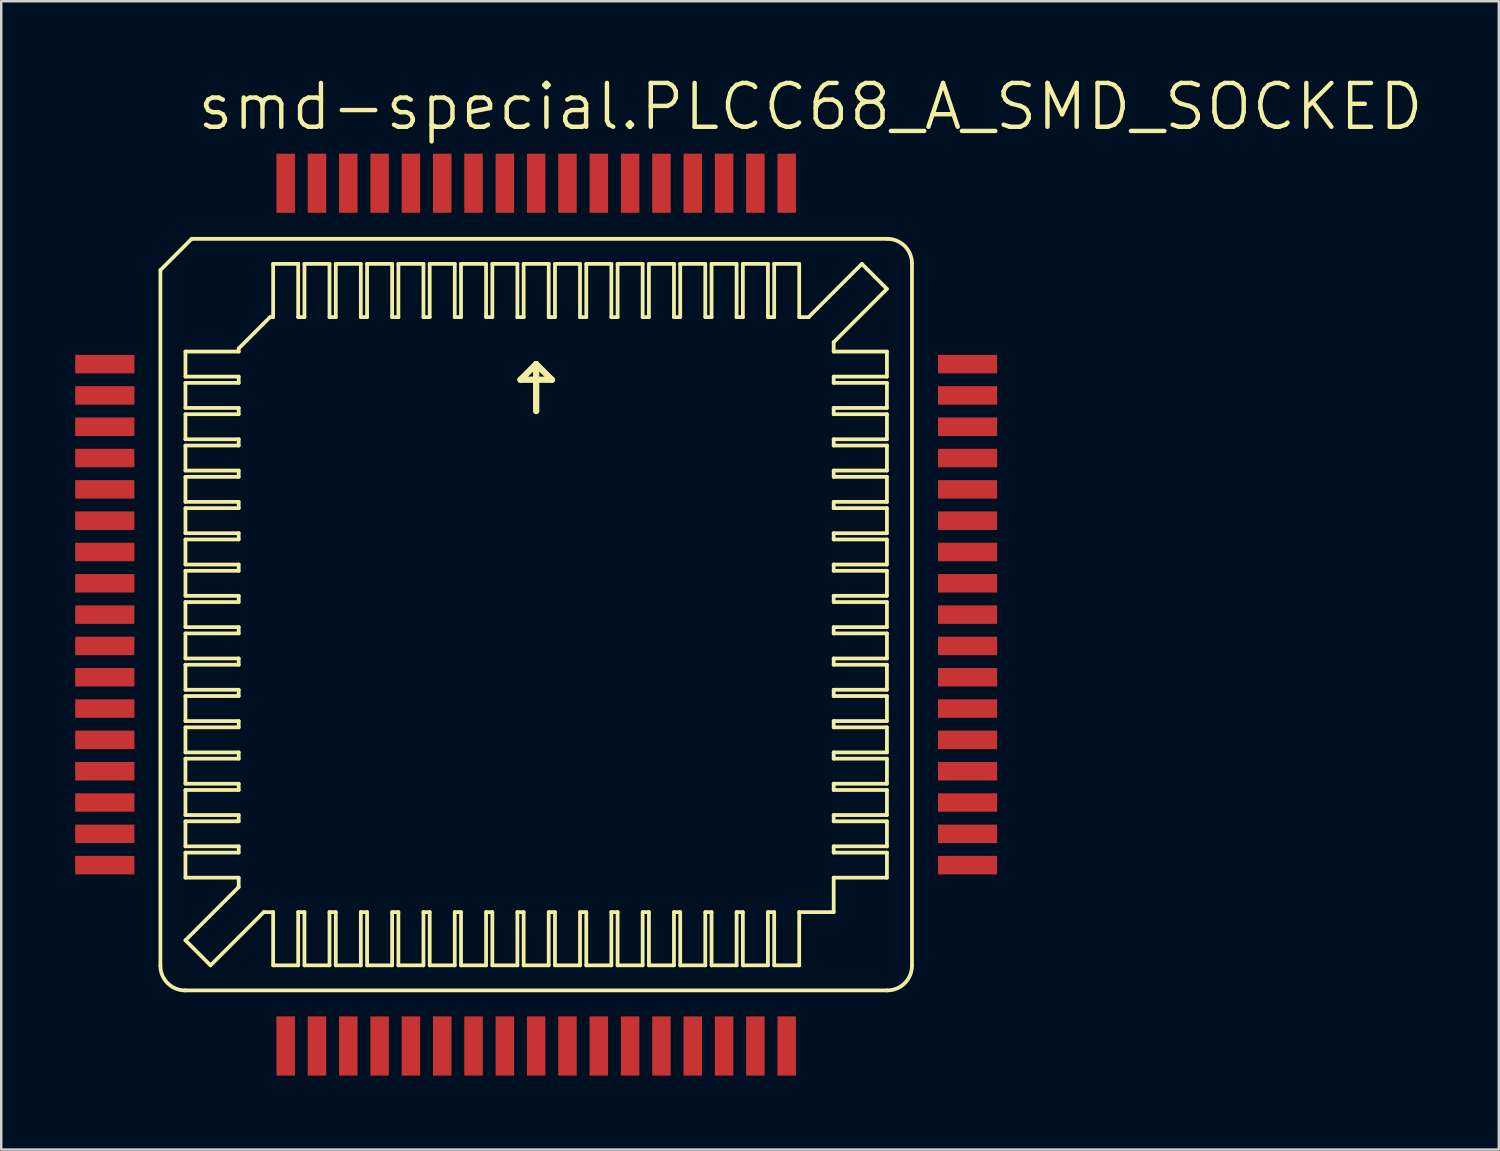
<source format=kicad_pcb>
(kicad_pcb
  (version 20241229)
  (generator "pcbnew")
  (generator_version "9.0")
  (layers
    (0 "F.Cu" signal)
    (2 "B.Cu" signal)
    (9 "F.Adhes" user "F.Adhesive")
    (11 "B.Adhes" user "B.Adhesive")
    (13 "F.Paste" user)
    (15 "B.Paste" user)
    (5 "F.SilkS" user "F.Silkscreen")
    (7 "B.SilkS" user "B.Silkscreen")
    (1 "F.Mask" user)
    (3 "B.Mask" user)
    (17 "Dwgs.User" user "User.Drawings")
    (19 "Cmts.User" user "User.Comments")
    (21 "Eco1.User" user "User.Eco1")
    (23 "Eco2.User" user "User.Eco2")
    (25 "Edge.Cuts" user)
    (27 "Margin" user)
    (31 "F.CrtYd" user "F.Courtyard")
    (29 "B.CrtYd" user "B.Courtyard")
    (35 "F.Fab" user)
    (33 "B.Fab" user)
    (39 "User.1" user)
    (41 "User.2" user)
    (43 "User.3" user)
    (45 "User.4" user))
  (footprint "smd-special.PLCC68_A_SMD_SOCKED"
    (layer "F.Cu")
    (at 18.695 21.876)
    (property "Reference" "smd-special.PLCC68_A_SMD_SOCKED" (at -13.843 -19.558 0) (layer "F.SilkS") (effects (font (size 1.778 1.778) (thickness 0.18)) (justify left bottom)))
    (attr smd)
    (fp_line (start -15.24 14.24) (end -15.24 -13.97) (stroke (width 0.152) (type default)) (layer "F.SilkS"))
    (fp_line (start -14.24 15.24) (end 14.24 15.24) (stroke (width 0.152) (type default)) (layer "F.SilkS"))
    (fp_line (start -14.224 -10.668) (end -14.224 -9.652) (stroke (width 0.152) (type default)) (layer "F.SilkS"))
    (fp_line (start -14.224 -10.668) (end -12.065 -10.668) (stroke (width 0.152) (type default)) (layer "F.SilkS"))
    (fp_line (start -14.224 -9.398) (end -14.224 -8.382) (stroke (width 0.152) (type default)) (layer "F.SilkS"))
    (fp_line (start -14.224 -9.398) (end -12.065 -9.398) (stroke (width 0.152) (type default)) (layer "F.SilkS"))
    (fp_line (start -14.224 -7.112) (end -14.224 -8.128) (stroke (width 0.152) (type default)) (layer "F.SilkS"))
    (fp_line (start -14.224 -7.112) (end -12.065 -7.112) (stroke (width 0.152) (type default)) (layer "F.SilkS"))
    (fp_line (start -14.224 -6.858) (end -14.224 -5.842) (stroke (width 0.152) (type default)) (layer "F.SilkS"))
    (fp_line (start -14.224 -6.858) (end -12.065 -6.858) (stroke (width 0.152) (type default)) (layer "F.SilkS"))
    (fp_line (start -14.224 -5.588) (end -14.224 -4.572) (stroke (width 0.152) (type default)) (layer "F.SilkS"))
    (fp_line (start -14.224 -5.588) (end -12.065 -5.588) (stroke (width 0.152) (type default)) (layer "F.SilkS"))
    (fp_line (start -14.224 -4.318) (end -14.224 -3.302) (stroke (width 0.152) (type default)) (layer "F.SilkS"))
    (fp_line (start -14.224 -4.318) (end -12.065 -4.318) (stroke (width 0.152) (type default)) (layer "F.SilkS"))
    (fp_line (start -14.224 -3.048) (end -14.224 -2.032) (stroke (width 0.152) (type default)) (layer "F.SilkS"))
    (fp_line (start -14.224 -3.048) (end -12.065 -3.048) (stroke (width 0.152) (type default)) (layer "F.SilkS"))
    (fp_line (start -14.224 -0.762) (end -14.224 -1.778) (stroke (width 0.152) (type default)) (layer "F.SilkS"))
    (fp_line (start -14.224 -0.762) (end -12.065 -0.762) (stroke (width 0.152) (type default)) (layer "F.SilkS"))
    (fp_line (start -14.224 0.508) (end -14.224 -0.508) (stroke (width 0.152) (type default)) (layer "F.SilkS"))
    (fp_line (start -14.224 0.508) (end -12.065 0.508) (stroke (width 0.152) (type default)) (layer "F.SilkS"))
    (fp_line (start -14.224 1.778) (end -14.224 0.762) (stroke (width 0.152) (type default)) (layer "F.SilkS"))
    (fp_line (start -14.224 1.778) (end -12.065 1.778) (stroke (width 0.152) (type default)) (layer "F.SilkS"))
    (fp_line (start -14.224 3.048) (end -14.224 2.032) (stroke (width 0.152) (type default)) (layer "F.SilkS"))
    (fp_line (start -14.224 3.048) (end -12.065 3.048) (stroke (width 0.152) (type default)) (layer "F.SilkS"))
    (fp_line (start -14.224 4.318) (end -14.224 3.302) (stroke (width 0.152) (type default)) (layer "F.SilkS"))
    (fp_line (start -14.224 4.318) (end -12.065 4.318) (stroke (width 0.152) (type default)) (layer "F.SilkS"))
    (fp_line (start -14.224 5.588) (end -14.224 4.572) (stroke (width 0.152) (type default)) (layer "F.SilkS"))
    (fp_line (start -14.224 5.588) (end -12.065 5.588) (stroke (width 0.152) (type default)) (layer "F.SilkS"))
    (fp_line (start -14.224 5.842) (end -14.224 6.858) (stroke (width 0.152) (type default)) (layer "F.SilkS"))
    (fp_line (start -14.224 5.842) (end -12.065 5.842) (stroke (width 0.152) (type default)) (layer "F.SilkS"))
    (fp_line (start -14.224 7.112) (end -14.224 8.128) (stroke (width 0.152) (type default)) (layer "F.SilkS"))
    (fp_line (start -14.224 7.112) (end -12.065 7.112) (stroke (width 0.152) (type default)) (layer "F.SilkS"))
    (fp_line (start -14.224 8.382) (end -14.224 9.398) (stroke (width 0.152) (type default)) (layer "F.SilkS"))
    (fp_line (start -14.224 8.382) (end -12.065 8.382) (stroke (width 0.152) (type default)) (layer "F.SilkS"))
    (fp_line (start -14.224 9.652) (end -12.065 9.652) (stroke (width 0.152) (type default)) (layer "F.SilkS"))
    (fp_line (start -14.224 10.668) (end -14.224 9.652) (stroke (width 0.152) (type default)) (layer "F.SilkS"))
    (fp_line (start -14.224 10.668) (end -12.065 10.668) (stroke (width 0.152) (type default)) (layer "F.SilkS"))
    (fp_line (start -14.224 13.208) (end -12.065 11.049) (stroke (width 0.152) (type default)) (layer "F.SilkS"))
    (fp_line (start -13.97 -15.24) (end -15.24 -13.97) (stroke (width 0.152) (type default)) (layer "F.SilkS"))
    (fp_line (start -13.208 14.224) (end -14.224 13.208) (stroke (width 0.152) (type default)) (layer "F.SilkS"))
    (fp_line (start -13.208 14.224) (end -11.049 12.065) (stroke (width 0.152) (type default)) (layer "F.SilkS"))
    (fp_line (start -12.065 -10.795) (end -10.795 -12.065) (stroke (width 0.152) (type default)) (layer "F.SilkS"))
    (fp_line (start -12.065 -10.668) (end -12.065 -10.795) (stroke (width 0.152) (type default)) (layer "F.SilkS"))
    (fp_line (start -12.065 -9.652) (end -14.224 -9.652) (stroke (width 0.152) (type default)) (layer "F.SilkS"))
    (fp_line (start -12.065 -9.652) (end -12.065 -9.398) (stroke (width 0.152) (type default)) (layer "F.SilkS"))
    (fp_line (start -12.065 -8.382) (end -14.224 -8.382) (stroke (width 0.152) (type default)) (layer "F.SilkS"))
    (fp_line (start -12.065 -8.128) (end -14.224 -8.128) (stroke (width 0.152) (type default)) (layer "F.SilkS"))
    (fp_line (start -12.065 -8.128) (end -12.065 -8.382) (stroke (width 0.152) (type default)) (layer "F.SilkS"))
    (fp_line (start -12.065 -6.858) (end -12.065 -7.112) (stroke (width 0.152) (type default)) (layer "F.SilkS"))
    (fp_line (start -12.065 -5.842) (end -14.224 -5.842) (stroke (width 0.152) (type default)) (layer "F.SilkS"))
    (fp_line (start -12.065 -5.842) (end -12.065 -5.588) (stroke (width 0.152) (type default)) (layer "F.SilkS"))
    (fp_line (start -12.065 -4.572) (end -14.224 -4.572) (stroke (width 0.152) (type default)) (layer "F.SilkS"))
    (fp_line (start -12.065 -4.572) (end -12.065 -4.318) (stroke (width 0.152) (type default)) (layer "F.SilkS"))
    (fp_line (start -12.065 -3.302) (end -14.224 -3.302) (stroke (width 0.152) (type default)) (layer "F.SilkS"))
    (fp_line (start -12.065 -3.302) (end -12.065 -3.048) (stroke (width 0.152) (type default)) (layer "F.SilkS"))
    (fp_line (start -12.065 -2.032) (end -14.224 -2.032) (stroke (width 0.152) (type default)) (layer "F.SilkS"))
    (fp_line (start -12.065 -2.032) (end -12.065 -1.778) (stroke (width 0.152) (type default)) (layer "F.SilkS"))
    (fp_line (start -12.065 -1.778) (end -14.224 -1.778) (stroke (width 0.152) (type default)) (layer "F.SilkS"))
    (fp_line (start -12.065 -0.508) (end -14.224 -0.508) (stroke (width 0.152) (type default)) (layer "F.SilkS"))
    (fp_line (start -12.065 -0.508) (end -12.065 -0.762) (stroke (width 0.152) (type default)) (layer "F.SilkS"))
    (fp_line (start -12.065 0.762) (end -14.224 0.762) (stroke (width 0.152) (type default)) (layer "F.SilkS"))
    (fp_line (start -12.065 0.762) (end -12.065 0.508) (stroke (width 0.152) (type default)) (layer "F.SilkS"))
    (fp_line (start -12.065 2.032) (end -14.224 2.032) (stroke (width 0.152) (type default)) (layer "F.SilkS"))
    (fp_line (start -12.065 2.032) (end -12.065 1.778) (stroke (width 0.152) (type default)) (layer "F.SilkS"))
    (fp_line (start -12.065 3.302) (end -14.224 3.302) (stroke (width 0.152) (type default)) (layer "F.SilkS"))
    (fp_line (start -12.065 3.302) (end -12.065 3.048) (stroke (width 0.152) (type default)) (layer "F.SilkS"))
    (fp_line (start -12.065 4.572) (end -14.224 4.572) (stroke (width 0.152) (type default)) (layer "F.SilkS"))
    (fp_line (start -12.065 4.572) (end -12.065 4.318) (stroke (width 0.152) (type default)) (layer "F.SilkS"))
    (fp_line (start -12.065 5.588) (end -12.065 5.842) (stroke (width 0.152) (type default)) (layer "F.SilkS"))
    (fp_line (start -12.065 6.858) (end -14.224 6.858) (stroke (width 0.152) (type default)) (layer "F.SilkS"))
    (fp_line (start -12.065 6.858) (end -12.065 7.112) (stroke (width 0.152) (type default)) (layer "F.SilkS"))
    (fp_line (start -12.065 8.128) (end -14.224 8.128) (stroke (width 0.152) (type default)) (layer "F.SilkS"))
    (fp_line (start -12.065 8.128) (end -12.065 8.382) (stroke (width 0.152) (type default)) (layer "F.SilkS"))
    (fp_line (start -12.065 9.398) (end -14.224 9.398) (stroke (width 0.152) (type default)) (layer "F.SilkS"))
    (fp_line (start -12.065 9.398) (end -12.065 9.652) (stroke (width 0.152) (type default)) (layer "F.SilkS"))
    (fp_line (start -12.065 11.049) (end -12.065 10.668) (stroke (width 0.152) (type default)) (layer "F.SilkS"))
    (fp_line (start -11.049 12.065) (end -10.668 12.065) (stroke (width 0.152) (type default)) (layer "F.SilkS"))
    (fp_line (start -10.795 -12.065) (end -10.668 -12.065) (stroke (width 0.152) (type default)) (layer "F.SilkS"))
    (fp_line (start -10.668 -12.065) (end -10.668 -14.224) (stroke (width 0.152) (type default)) (layer "F.SilkS"))
    (fp_line (start -10.668 14.224) (end -10.668 12.065) (stroke (width 0.152) (type default)) (layer "F.SilkS"))
    (fp_line (start -10.668 14.224) (end -9.652 14.224) (stroke (width 0.152) (type default)) (layer "F.SilkS"))
    (fp_line (start -9.652 -14.224) (end -10.668 -14.224) (stroke (width 0.152) (type default)) (layer "F.SilkS"))
    (fp_line (start -9.652 -14.224) (end -9.652 -12.065) (stroke (width 0.152) (type default)) (layer "F.SilkS"))
    (fp_line (start -9.652 12.065) (end -9.652 14.224) (stroke (width 0.152) (type default)) (layer "F.SilkS"))
    (fp_line (start -9.652 12.065) (end -9.398 12.065) (stroke (width 0.152) (type default)) (layer "F.SilkS"))
    (fp_line (start -9.398 -12.065) (end -9.652 -12.065) (stroke (width 0.152) (type default)) (layer "F.SilkS"))
    (fp_line (start -9.398 -12.065) (end -9.398 -14.224) (stroke (width 0.152) (type default)) (layer "F.SilkS"))
    (fp_line (start -9.398 14.224) (end -9.398 12.065) (stroke (width 0.152) (type default)) (layer "F.SilkS"))
    (fp_line (start -9.398 14.224) (end -8.382 14.224) (stroke (width 0.152) (type default)) (layer "F.SilkS"))
    (fp_line (start -8.382 -14.224) (end -9.398 -14.224) (stroke (width 0.152) (type default)) (layer "F.SilkS"))
    (fp_line (start -8.382 -14.224) (end -8.382 -12.065) (stroke (width 0.152) (type default)) (layer "F.SilkS"))
    (fp_line (start -8.382 12.065) (end -8.382 14.224) (stroke (width 0.152) (type default)) (layer "F.SilkS"))
    (fp_line (start -8.128 -12.065) (end -8.382 -12.065) (stroke (width 0.152) (type default)) (layer "F.SilkS"))
    (fp_line (start -8.128 -12.065) (end -8.128 -14.224) (stroke (width 0.152) (type default)) (layer "F.SilkS"))
    (fp_line (start -8.128 12.065) (end -8.382 12.065) (stroke (width 0.152) (type default)) (layer "F.SilkS"))
    (fp_line (start -8.128 12.065) (end -8.128 14.224) (stroke (width 0.152) (type default)) (layer "F.SilkS"))
    (fp_line (start -7.112 -14.224) (end -8.128 -14.224) (stroke (width 0.152) (type default)) (layer "F.SilkS"))
    (fp_line (start -7.112 -14.224) (end -7.112 -12.065) (stroke (width 0.152) (type default)) (layer "F.SilkS"))
    (fp_line (start -7.112 14.224) (end -8.128 14.224) (stroke (width 0.152) (type default)) (layer "F.SilkS"))
    (fp_line (start -7.112 14.224) (end -7.112 12.065) (stroke (width 0.152) (type default)) (layer "F.SilkS"))
    (fp_line (start -6.858 -12.065) (end -7.112 -12.065) (stroke (width 0.152) (type default)) (layer "F.SilkS"))
    (fp_line (start -6.858 -12.065) (end -6.858 -14.224) (stroke (width 0.152) (type default)) (layer "F.SilkS"))
    (fp_line (start -6.858 12.065) (end -7.112 12.065) (stroke (width 0.152) (type default)) (layer "F.SilkS"))
    (fp_line (start -6.858 14.224) (end -6.858 12.065) (stroke (width 0.152) (type default)) (layer "F.SilkS"))
    (fp_line (start -6.858 14.224) (end -5.842 14.224) (stroke (width 0.152) (type default)) (layer "F.SilkS"))
    (fp_line (start -5.842 -14.224) (end -6.858 -14.224) (stroke (width 0.152) (type default)) (layer "F.SilkS"))
    (fp_line (start -5.842 -14.224) (end -5.842 -12.065) (stroke (width 0.152) (type default)) (layer "F.SilkS"))
    (fp_line (start -5.842 12.065) (end -5.842 14.224) (stroke (width 0.152) (type default)) (layer "F.SilkS"))
    (fp_line (start -5.842 12.065) (end -5.588 12.065) (stroke (width 0.152) (type default)) (layer "F.SilkS"))
    (fp_line (start -5.588 -12.065) (end -5.842 -12.065) (stroke (width 0.152) (type default)) (layer "F.SilkS"))
    (fp_line (start -5.588 -12.065) (end -5.588 -14.224) (stroke (width 0.152) (type default)) (layer "F.SilkS"))
    (fp_line (start -5.588 14.224) (end -5.588 12.065) (stroke (width 0.152) (type default)) (layer "F.SilkS"))
    (fp_line (start -5.588 14.224) (end -4.572 14.224) (stroke (width 0.152) (type default)) (layer "F.SilkS"))
    (fp_line (start -4.572 -14.224) (end -5.588 -14.224) (stroke (width 0.152) (type default)) (layer "F.SilkS"))
    (fp_line (start -4.572 -14.224) (end -4.572 -12.065) (stroke (width 0.152) (type default)) (layer "F.SilkS"))
    (fp_line (start -4.572 12.065) (end -4.572 14.224) (stroke (width 0.152) (type default)) (layer "F.SilkS"))
    (fp_line (start -4.572 12.065) (end -4.318 12.065) (stroke (width 0.152) (type default)) (layer "F.SilkS"))
    (fp_line (start -4.318 -12.065) (end -4.572 -12.065) (stroke (width 0.152) (type default)) (layer "F.SilkS"))
    (fp_line (start -4.318 -12.065) (end -4.318 -14.224) (stroke (width 0.152) (type default)) (layer "F.SilkS"))
    (fp_line (start -4.318 14.224) (end -4.318 12.065) (stroke (width 0.152) (type default)) (layer "F.SilkS"))
    (fp_line (start -4.318 14.224) (end -3.302 14.224) (stroke (width 0.152) (type default)) (layer "F.SilkS"))
    (fp_line (start -3.302 -14.224) (end -4.318 -14.224) (stroke (width 0.152) (type default)) (layer "F.SilkS"))
    (fp_line (start -3.302 -14.224) (end -3.302 -12.065) (stroke (width 0.152) (type default)) (layer "F.SilkS"))
    (fp_line (start -3.302 12.065) (end -3.302 14.224) (stroke (width 0.152) (type default)) (layer "F.SilkS"))
    (fp_line (start -3.302 12.065) (end -3.048 12.065) (stroke (width 0.152) (type default)) (layer "F.SilkS"))
    (fp_line (start -3.048 -12.065) (end -3.302 -12.065) (stroke (width 0.152) (type default)) (layer "F.SilkS"))
    (fp_line (start -3.048 -12.065) (end -3.048 -14.224) (stroke (width 0.152) (type default)) (layer "F.SilkS"))
    (fp_line (start -3.048 14.224) (end -3.048 12.065) (stroke (width 0.152) (type default)) (layer "F.SilkS"))
    (fp_line (start -3.048 14.224) (end -2.032 14.224) (stroke (width 0.152) (type default)) (layer "F.SilkS"))
    (fp_line (start -2.032 -14.224) (end -3.048 -14.224) (stroke (width 0.152) (type default)) (layer "F.SilkS"))
    (fp_line (start -2.032 -14.224) (end -2.032 -12.065) (stroke (width 0.152) (type default)) (layer "F.SilkS"))
    (fp_line (start -2.032 12.065) (end -2.032 14.224) (stroke (width 0.152) (type default)) (layer "F.SilkS"))
    (fp_line (start -2.032 12.065) (end -1.778 12.065) (stroke (width 0.152) (type default)) (layer "F.SilkS"))
    (fp_line (start -1.778 -12.065) (end -2.032 -12.065) (stroke (width 0.152) (type default)) (layer "F.SilkS"))
    (fp_line (start -1.778 -12.065) (end -1.778 -14.224) (stroke (width 0.152) (type default)) (layer "F.SilkS"))
    (fp_line (start -1.778 14.224) (end -1.778 12.065) (stroke (width 0.152) (type default)) (layer "F.SilkS"))
    (fp_line (start -1.778 14.224) (end -0.762 14.224) (stroke (width 0.152) (type default)) (layer "F.SilkS"))
    (fp_line (start -0.762 -14.224) (end -1.778 -14.224) (stroke (width 0.152) (type default)) (layer "F.SilkS"))
    (fp_line (start -0.762 -14.224) (end -0.762 -12.065) (stroke (width 0.152) (type default)) (layer "F.SilkS"))
    (fp_line (start -0.762 12.065) (end -0.762 14.224) (stroke (width 0.152) (type default)) (layer "F.SilkS"))
    (fp_line (start -0.762 12.065) (end -0.508 12.065) (stroke (width 0.152) (type default)) (layer "F.SilkS"))
    (fp_line (start -0.635 -9.525) (end 0 -10.16) (stroke (width 0.254) (type default)) (layer "F.SilkS"))
    (fp_line (start -0.508 -12.065) (end -0.762 -12.065) (stroke (width 0.152) (type default)) (layer "F.SilkS"))
    (fp_line (start -0.508 -12.065) (end -0.508 -14.224) (stroke (width 0.152) (type default)) (layer "F.SilkS"))
    (fp_line (start -0.508 14.224) (end -0.508 12.065) (stroke (width 0.152) (type default)) (layer "F.SilkS"))
    (fp_line (start -0.508 14.224) (end 0.508 14.224) (stroke (width 0.152) (type default)) (layer "F.SilkS"))
    (fp_line (start 0 -10.16) (end 0 -8.255) (stroke (width 0.254) (type default)) (layer "F.SilkS"))
    (fp_line (start 0 -10.16) (end 0.635 -9.525) (stroke (width 0.254) (type default)) (layer "F.SilkS"))
    (fp_line (start 0.508 -14.224) (end -0.508 -14.224) (stroke (width 0.152) (type default)) (layer "F.SilkS"))
    (fp_line (start 0.508 -14.224) (end 0.508 -12.065) (stroke (width 0.152) (type default)) (layer "F.SilkS"))
    (fp_line (start 0.508 12.065) (end 0.508 14.224) (stroke (width 0.152) (type default)) (layer "F.SilkS"))
    (fp_line (start 0.508 12.065) (end 0.762 12.065) (stroke (width 0.152) (type default)) (layer "F.SilkS"))
    (fp_line (start 0.635 -9.525) (end -0.635 -9.525) (stroke (width 0.254) (type default)) (layer "F.SilkS"))
    (fp_line (start 0.762 -12.065) (end 0.508 -12.065) (stroke (width 0.152) (type default)) (layer "F.SilkS"))
    (fp_line (start 0.762 -12.065) (end 0.762 -14.224) (stroke (width 0.152) (type default)) (layer "F.SilkS"))
    (fp_line (start 0.762 14.224) (end 0.762 12.065) (stroke (width 0.152) (type default)) (layer "F.SilkS"))
    (fp_line (start 0.762 14.224) (end 1.778 14.224) (stroke (width 0.152) (type default)) (layer "F.SilkS"))
    (fp_line (start 1.778 -14.224) (end 0.762 -14.224) (stroke (width 0.152) (type default)) (layer "F.SilkS"))
    (fp_line (start 1.778 -14.224) (end 1.778 -12.065) (stroke (width 0.152) (type default)) (layer "F.SilkS"))
    (fp_line (start 1.778 12.065) (end 1.778 14.224) (stroke (width 0.152) (type default)) (layer "F.SilkS"))
    (fp_line (start 1.778 12.065) (end 2.032 12.065) (stroke (width 0.152) (type default)) (layer "F.SilkS"))
    (fp_line (start 2.032 -12.065) (end 1.778 -12.065) (stroke (width 0.152) (type default)) (layer "F.SilkS"))
    (fp_line (start 2.032 -12.065) (end 2.032 -14.224) (stroke (width 0.152) (type default)) (layer "F.SilkS"))
    (fp_line (start 2.032 14.224) (end 2.032 12.065) (stroke (width 0.152) (type default)) (layer "F.SilkS"))
    (fp_line (start 2.032 14.224) (end 3.048 14.224) (stroke (width 0.152) (type default)) (layer "F.SilkS"))
    (fp_line (start 3.048 -14.224) (end 2.032 -14.224) (stroke (width 0.152) (type default)) (layer "F.SilkS"))
    (fp_line (start 3.048 -14.224) (end 3.048 -12.065) (stroke (width 0.152) (type default)) (layer "F.SilkS"))
    (fp_line (start 3.048 12.065) (end 3.048 14.224) (stroke (width 0.152) (type default)) (layer "F.SilkS"))
    (fp_line (start 3.048 12.065) (end 3.302 12.065) (stroke (width 0.152) (type default)) (layer "F.SilkS"))
    (fp_line (start 3.302 -12.065) (end 3.048 -12.065) (stroke (width 0.152) (type default)) (layer "F.SilkS"))
    (fp_line (start 3.302 -12.065) (end 3.302 -14.224) (stroke (width 0.152) (type default)) (layer "F.SilkS"))
    (fp_line (start 3.302 14.224) (end 3.302 12.065) (stroke (width 0.152) (type default)) (layer "F.SilkS"))
    (fp_line (start 3.302 14.224) (end 4.318 14.224) (stroke (width 0.152) (type default)) (layer "F.SilkS"))
    (fp_line (start 4.318 -14.224) (end 3.302 -14.224) (stroke (width 0.152) (type default)) (layer "F.SilkS"))
    (fp_line (start 4.318 -14.224) (end 4.318 -12.065) (stroke (width 0.152) (type default)) (layer "F.SilkS"))
    (fp_line (start 4.318 12.065) (end 4.318 14.224) (stroke (width 0.152) (type default)) (layer "F.SilkS"))
    (fp_line (start 4.318 12.065) (end 4.572 12.065) (stroke (width 0.152) (type default)) (layer "F.SilkS"))
    (fp_line (start 4.572 -12.065) (end 4.318 -12.065) (stroke (width 0.152) (type default)) (layer "F.SilkS"))
    (fp_line (start 4.572 -12.065) (end 4.572 -14.224) (stroke (width 0.152) (type default)) (layer "F.SilkS"))
    (fp_line (start 4.572 14.224) (end 4.572 12.065) (stroke (width 0.152) (type default)) (layer "F.SilkS"))
    (fp_line (start 4.572 14.224) (end 5.588 14.224) (stroke (width 0.152) (type default)) (layer "F.SilkS"))
    (fp_line (start 5.588 -14.224) (end 4.572 -14.224) (stroke (width 0.152) (type default)) (layer "F.SilkS"))
    (fp_line (start 5.588 -14.224) (end 5.588 -12.065) (stroke (width 0.152) (type default)) (layer "F.SilkS"))
    (fp_line (start 5.588 12.065) (end 5.588 14.224) (stroke (width 0.152) (type default)) (layer "F.SilkS"))
    (fp_line (start 5.588 12.065) (end 5.842 12.065) (stroke (width 0.152) (type default)) (layer "F.SilkS"))
    (fp_line (start 5.842 -12.065) (end 5.588 -12.065) (stroke (width 0.152) (type default)) (layer "F.SilkS"))
    (fp_line (start 5.842 -12.065) (end 5.842 -14.224) (stroke (width 0.152) (type default)) (layer "F.SilkS"))
    (fp_line (start 5.842 14.224) (end 5.842 12.065) (stroke (width 0.152) (type default)) (layer "F.SilkS"))
    (fp_line (start 5.842 14.224) (end 6.858 14.224) (stroke (width 0.152) (type default)) (layer "F.SilkS"))
    (fp_line (start 6.858 -14.224) (end 5.842 -14.224) (stroke (width 0.152) (type default)) (layer "F.SilkS"))
    (fp_line (start 6.858 -14.224) (end 6.858 -12.065) (stroke (width 0.152) (type default)) (layer "F.SilkS"))
    (fp_line (start 6.858 -12.065) (end 7.112 -12.065) (stroke (width 0.152) (type default)) (layer "F.SilkS"))
    (fp_line (start 6.858 12.065) (end 6.858 14.224) (stroke (width 0.152) (type default)) (layer "F.SilkS"))
    (fp_line (start 6.858 12.065) (end 7.112 12.065) (stroke (width 0.152) (type default)) (layer "F.SilkS"))
    (fp_line (start 7.112 -14.224) (end 7.112 -12.065) (stroke (width 0.152) (type default)) (layer "F.SilkS"))
    (fp_line (start 7.112 -14.224) (end 8.128 -14.224) (stroke (width 0.152) (type default)) (layer "F.SilkS"))
    (fp_line (start 7.112 14.224) (end 7.112 12.065) (stroke (width 0.152) (type default)) (layer "F.SilkS"))
    (fp_line (start 7.112 14.224) (end 8.128 14.224) (stroke (width 0.152) (type default)) (layer "F.SilkS"))
    (fp_line (start 8.128 -12.065) (end 8.128 -14.224) (stroke (width 0.152) (type default)) (layer "F.SilkS"))
    (fp_line (start 8.128 -12.065) (end 8.382 -12.065) (stroke (width 0.152) (type default)) (layer "F.SilkS"))
    (fp_line (start 8.128 12.065) (end 8.128 14.224) (stroke (width 0.152) (type default)) (layer "F.SilkS"))
    (fp_line (start 8.128 12.065) (end 8.382 12.065) (stroke (width 0.152) (type default)) (layer "F.SilkS"))
    (fp_line (start 8.382 -12.065) (end 8.382 -14.224) (stroke (width 0.152) (type default)) (layer "F.SilkS"))
    (fp_line (start 8.382 14.224) (end 8.382 12.065) (stroke (width 0.152) (type default)) (layer "F.SilkS"))
    (fp_line (start 8.382 14.224) (end 9.398 14.224) (stroke (width 0.152) (type default)) (layer "F.SilkS"))
    (fp_line (start 9.398 -14.224) (end 8.382 -14.224) (stroke (width 0.152) (type default)) (layer "F.SilkS"))
    (fp_line (start 9.398 -14.224) (end 9.398 -12.065) (stroke (width 0.152) (type default)) (layer "F.SilkS"))
    (fp_line (start 9.398 14.224) (end 9.398 12.065) (stroke (width 0.152) (type default)) (layer "F.SilkS"))
    (fp_line (start 9.652 -12.065) (end 9.398 -12.065) (stroke (width 0.152) (type default)) (layer "F.SilkS"))
    (fp_line (start 9.652 -12.065) (end 9.652 -14.224) (stroke (width 0.152) (type default)) (layer "F.SilkS"))
    (fp_line (start 9.652 12.065) (end 9.398 12.065) (stroke (width 0.152) (type default)) (layer "F.SilkS"))
    (fp_line (start 9.652 14.224) (end 9.652 12.065) (stroke (width 0.152) (type default)) (layer "F.SilkS"))
    (fp_line (start 9.652 14.224) (end 10.668 14.224) (stroke (width 0.152) (type default)) (layer "F.SilkS"))
    (fp_line (start 10.668 -14.224) (end 9.652 -14.224) (stroke (width 0.152) (type default)) (layer "F.SilkS"))
    (fp_line (start 10.668 -14.224) (end 10.668 -12.065) (stroke (width 0.152) (type default)) (layer "F.SilkS"))
    (fp_line (start 10.668 12.065) (end 10.668 14.224) (stroke (width 0.152) (type default)) (layer "F.SilkS"))
    (fp_line (start 10.668 12.065) (end 12.065 12.065) (stroke (width 0.152) (type default)) (layer "F.SilkS"))
    (fp_line (start 11.049 -12.065) (end 10.668 -12.065) (stroke (width 0.152) (type default)) (layer "F.SilkS"))
    (fp_line (start 12.065 -11.049) (end 12.065 -10.668) (stroke (width 0.152) (type default)) (layer "F.SilkS"))
    (fp_line (start 12.065 -9.652) (end 12.065 -9.398) (stroke (width 0.152) (type default)) (layer "F.SilkS"))
    (fp_line (start 12.065 -9.652) (end 14.224 -9.652) (stroke (width 0.152) (type default)) (layer "F.SilkS"))
    (fp_line (start 12.065 -9.398) (end 14.224 -9.398) (stroke (width 0.152) (type default)) (layer "F.SilkS"))
    (fp_line (start 12.065 -8.128) (end 12.065 -8.382) (stroke (width 0.152) (type default)) (layer "F.SilkS"))
    (fp_line (start 12.065 -8.128) (end 14.224 -8.128) (stroke (width 0.152) (type default)) (layer "F.SilkS"))
    (fp_line (start 12.065 -6.858) (end 12.065 -7.112) (stroke (width 0.152) (type default)) (layer "F.SilkS"))
    (fp_line (start 12.065 -6.858) (end 14.224 -6.858) (stroke (width 0.152) (type default)) (layer "F.SilkS"))
    (fp_line (start 12.065 -5.588) (end 12.065 -5.842) (stroke (width 0.152) (type default)) (layer "F.SilkS"))
    (fp_line (start 12.065 -4.572) (end 12.065 -4.318) (stroke (width 0.152) (type default)) (layer "F.SilkS"))
    (fp_line (start 12.065 -4.572) (end 14.224 -4.572) (stroke (width 0.152) (type default)) (layer "F.SilkS"))
    (fp_line (start 12.065 -3.302) (end 12.065 -3.048) (stroke (width 0.152) (type default)) (layer "F.SilkS"))
    (fp_line (start 12.065 -3.302) (end 14.224 -3.302) (stroke (width 0.152) (type default)) (layer "F.SilkS"))
    (fp_line (start 12.065 -2.032) (end 12.065 -1.778) (stroke (width 0.152) (type default)) (layer "F.SilkS"))
    (fp_line (start 12.065 -2.032) (end 14.224 -2.032) (stroke (width 0.152) (type default)) (layer "F.SilkS"))
    (fp_line (start 12.065 -0.762) (end 12.065 -0.508) (stroke (width 0.152) (type default)) (layer "F.SilkS"))
    (fp_line (start 12.065 -0.762) (end 14.224 -0.762) (stroke (width 0.152) (type default)) (layer "F.SilkS"))
    (fp_line (start 12.065 0.508) (end 12.065 0.762) (stroke (width 0.152) (type default)) (layer "F.SilkS"))
    (fp_line (start 12.065 0.508) (end 14.224 0.508) (stroke (width 0.152) (type default)) (layer "F.SilkS"))
    (fp_line (start 12.065 1.778) (end 12.065 2.032) (stroke (width 0.152) (type default)) (layer "F.SilkS"))
    (fp_line (start 12.065 1.778) (end 14.224 1.778) (stroke (width 0.152) (type default)) (layer "F.SilkS"))
    (fp_line (start 12.065 2.032) (end 14.224 2.032) (stroke (width 0.152) (type default)) (layer "F.SilkS"))
    (fp_line (start 12.065 3.302) (end 12.065 3.048) (stroke (width 0.152) (type default)) (layer "F.SilkS"))
    (fp_line (start 12.065 3.302) (end 14.224 3.302) (stroke (width 0.152) (type default)) (layer "F.SilkS"))
    (fp_line (start 12.065 4.572) (end 12.065 4.318) (stroke (width 0.152) (type default)) (layer "F.SilkS"))
    (fp_line (start 12.065 4.572) (end 14.224 4.572) (stroke (width 0.152) (type default)) (layer "F.SilkS"))
    (fp_line (start 12.065 5.842) (end 12.065 5.588) (stroke (width 0.152) (type default)) (layer "F.SilkS"))
    (fp_line (start 12.065 5.842) (end 14.224 5.842) (stroke (width 0.152) (type default)) (layer "F.SilkS"))
    (fp_line (start 12.065 6.858) (end 12.065 7.112) (stroke (width 0.152) (type default)) (layer "F.SilkS"))
    (fp_line (start 12.065 8.128) (end 12.065 8.382) (stroke (width 0.152) (type default)) (layer "F.SilkS"))
    (fp_line (start 12.065 8.128) (end 14.224 8.128) (stroke (width 0.152) (type default)) (layer "F.SilkS"))
    (fp_line (start 12.065 8.382) (end 14.224 8.382) (stroke (width 0.152) (type default)) (layer "F.SilkS"))
    (fp_line (start 12.065 9.652) (end 12.065 9.398) (stroke (width 0.152) (type default)) (layer "F.SilkS"))
    (fp_line (start 12.065 9.652) (end 14.224 9.652) (stroke (width 0.152) (type default)) (layer "F.SilkS"))
    (fp_line (start 12.065 12.065) (end 12.065 10.668) (stroke (width 0.152) (type default)) (layer "F.SilkS"))
    (fp_line (start 13.208 -14.224) (end 11.049 -12.065) (stroke (width 0.152) (type default)) (layer "F.SilkS"))
    (fp_line (start 14.224 -13.208) (end 12.065 -11.049) (stroke (width 0.152) (type default)) (layer "F.SilkS"))
    (fp_line (start 14.224 -13.208) (end 13.208 -14.224) (stroke (width 0.152) (type default)) (layer "F.SilkS"))
    (fp_line (start 14.224 -10.668) (end 12.065 -10.668) (stroke (width 0.152) (type default)) (layer "F.SilkS"))
    (fp_line (start 14.224 -10.668) (end 14.224 -9.652) (stroke (width 0.152) (type default)) (layer "F.SilkS"))
    (fp_line (start 14.224 -8.382) (end 12.065 -8.382) (stroke (width 0.152) (type default)) (layer "F.SilkS"))
    (fp_line (start 14.224 -8.382) (end 14.224 -9.398) (stroke (width 0.152) (type default)) (layer "F.SilkS"))
    (fp_line (start 14.224 -7.112) (end 12.065 -7.112) (stroke (width 0.152) (type default)) (layer "F.SilkS"))
    (fp_line (start 14.224 -7.112) (end 14.224 -8.128) (stroke (width 0.152) (type default)) (layer "F.SilkS"))
    (fp_line (start 14.224 -5.842) (end 12.065 -5.842) (stroke (width 0.152) (type default)) (layer "F.SilkS"))
    (fp_line (start 14.224 -5.842) (end 14.224 -6.858) (stroke (width 0.152) (type default)) (layer "F.SilkS"))
    (fp_line (start 14.224 -5.588) (end 12.065 -5.588) (stroke (width 0.152) (type default)) (layer "F.SilkS"))
    (fp_line (start 14.224 -5.588) (end 14.224 -4.572) (stroke (width 0.152) (type default)) (layer "F.SilkS"))
    (fp_line (start 14.224 -4.318) (end 12.065 -4.318) (stroke (width 0.152) (type default)) (layer "F.SilkS"))
    (fp_line (start 14.224 -4.318) (end 14.224 -3.302) (stroke (width 0.152) (type default)) (layer "F.SilkS"))
    (fp_line (start 14.224 -3.048) (end 12.065 -3.048) (stroke (width 0.152) (type default)) (layer "F.SilkS"))
    (fp_line (start 14.224 -3.048) (end 14.224 -2.032) (stroke (width 0.152) (type default)) (layer "F.SilkS"))
    (fp_line (start 14.224 -1.778) (end 12.065 -1.778) (stroke (width 0.152) (type default)) (layer "F.SilkS"))
    (fp_line (start 14.224 -1.778) (end 14.224 -0.762) (stroke (width 0.152) (type default)) (layer "F.SilkS"))
    (fp_line (start 14.224 -0.508) (end 12.065 -0.508) (stroke (width 0.152) (type default)) (layer "F.SilkS"))
    (fp_line (start 14.224 -0.508) (end 14.224 0.508) (stroke (width 0.152) (type default)) (layer "F.SilkS"))
    (fp_line (start 14.224 0.762) (end 12.065 0.762) (stroke (width 0.152) (type default)) (layer "F.SilkS"))
    (fp_line (start 14.224 0.762) (end 14.224 1.778) (stroke (width 0.152) (type default)) (layer "F.SilkS"))
    (fp_line (start 14.224 3.048) (end 12.065 3.048) (stroke (width 0.152) (type default)) (layer "F.SilkS"))
    (fp_line (start 14.224 3.048) (end 14.224 2.032) (stroke (width 0.152) (type default)) (layer "F.SilkS"))
    (fp_line (start 14.224 4.318) (end 12.065 4.318) (stroke (width 0.152) (type default)) (layer "F.SilkS"))
    (fp_line (start 14.224 4.318) (end 14.224 3.302) (stroke (width 0.152) (type default)) (layer "F.SilkS"))
    (fp_line (start 14.224 5.588) (end 12.065 5.588) (stroke (width 0.152) (type default)) (layer "F.SilkS"))
    (fp_line (start 14.224 5.588) (end 14.224 4.572) (stroke (width 0.152) (type default)) (layer "F.SilkS"))
    (fp_line (start 14.224 6.858) (end 12.065 6.858) (stroke (width 0.152) (type default)) (layer "F.SilkS"))
    (fp_line (start 14.224 6.858) (end 14.224 5.842) (stroke (width 0.152) (type default)) (layer "F.SilkS"))
    (fp_line (start 14.224 7.112) (end 12.065 7.112) (stroke (width 0.152) (type default)) (layer "F.SilkS"))
    (fp_line (start 14.224 7.112) (end 14.224 8.128) (stroke (width 0.152) (type default)) (layer "F.SilkS"))
    (fp_line (start 14.224 9.398) (end 12.065 9.398) (stroke (width 0.152) (type default)) (layer "F.SilkS"))
    (fp_line (start 14.224 9.398) (end 14.224 8.382) (stroke (width 0.152) (type default)) (layer "F.SilkS"))
    (fp_line (start 14.224 10.668) (end 12.065 10.668) (stroke (width 0.152) (type default)) (layer "F.SilkS"))
    (fp_line (start 14.224 10.668) (end 14.224 9.652) (stroke (width 0.152) (type default)) (layer "F.SilkS"))
    (fp_line (start 14.24 -15.24) (end -13.97 -15.24) (stroke (width 0.152) (type default)) (layer "F.SilkS"))
    (fp_line (start 15.24 14.24) (end 15.24 -14.24) (stroke (width 0.152) (type default)) (layer "F.SilkS"))
    (fp_arc (start -14.24 15.24) (mid -14.947107 14.947107) (end -15.24 14.24) (stroke (width 0.1524) (type default)) (layer "F.SilkS"))
    (fp_arc (start 14.24 -15.24) (mid 14.947107 -14.947107) (end 15.24 -14.24) (stroke (width 0.1524) (type default)) (layer "F.SilkS"))
    (fp_arc (start 15.24 14.24) (mid 14.947107 14.947107) (end 14.24 15.24) (stroke (width 0.1524) (type default)) (layer "F.SilkS"))
    (pad "1" smd roundrect (at 0 -17.495) (size 0.75 2.4) (layers "F.Cu" "F.Mask" "F.Paste") (roundrect_rratio 0.01))
    (pad "2" smd roundrect (at -1.27 -17.495) (size 0.75 2.4) (layers "F.Cu" "F.Mask" "F.Paste") (roundrect_rratio 0.01))
    (pad "3" smd roundrect (at -2.54 -17.495) (size 0.75 2.4) (layers "F.Cu" "F.Mask" "F.Paste") (roundrect_rratio 0.01))
    (pad "4" smd roundrect (at -3.81 -17.495) (size 0.75 2.4) (layers "F.Cu" "F.Mask" "F.Paste") (roundrect_rratio 0.01))
    (pad "5" smd roundrect (at -5.08 -17.495) (size 0.75 2.4) (layers "F.Cu" "F.Mask" "F.Paste") (roundrect_rratio 0.01))
    (pad "6" smd roundrect (at -6.35 -17.495) (size 0.75 2.4) (layers "F.Cu" "F.Mask" "F.Paste") (roundrect_rratio 0.01))
    (pad "7" smd roundrect (at -7.62 -17.495) (size 0.75 2.4) (layers "F.Cu" "F.Mask" "F.Paste") (roundrect_rratio 0.01))
    (pad "8" smd roundrect (at -8.89 -17.495) (size 0.75 2.4) (layers "F.Cu" "F.Mask" "F.Paste") (roundrect_rratio 0.01))
    (pad "9" smd roundrect (at -10.16 -17.495) (size 0.75 2.4) (layers "F.Cu" "F.Mask" "F.Paste") (roundrect_rratio 0.01))
    (pad "10" smd roundrect (at -17.495 -10.16) (size 2.4 0.75) (layers "F.Cu" "F.Mask" "F.Paste") (roundrect_rratio 0.01))
    (pad "11" smd roundrect (at -17.495 -8.89) (size 2.4 0.75) (layers "F.Cu" "F.Mask" "F.Paste") (roundrect_rratio 0.01))
    (pad "12" smd roundrect (at -17.495 -7.62) (size 2.4 0.75) (layers "F.Cu" "F.Mask" "F.Paste") (roundrect_rratio 0.01))
    (pad "13" smd roundrect (at -17.495 -6.35) (size 2.4 0.75) (layers "F.Cu" "F.Mask" "F.Paste") (roundrect_rratio 0.01))
    (pad "14" smd roundrect (at -17.495 -5.08) (size 2.4 0.75) (layers "F.Cu" "F.Mask" "F.Paste") (roundrect_rratio 0.01))
    (pad "15" smd roundrect (at -17.495 -3.81) (size 2.4 0.75) (layers "F.Cu" "F.Mask" "F.Paste") (roundrect_rratio 0.01))
    (pad "16" smd roundrect (at -17.495 -2.54) (size 2.4 0.75) (layers "F.Cu" "F.Mask" "F.Paste") (roundrect_rratio 0.01))
    (pad "17" smd roundrect (at -17.495 -1.27) (size 2.4 0.75) (layers "F.Cu" "F.Mask" "F.Paste") (roundrect_rratio 0.01))
    (pad "18" smd roundrect (at -17.495 0) (size 2.4 0.75) (layers "F.Cu" "F.Mask" "F.Paste") (roundrect_rratio 0.01))
    (pad "19" smd roundrect (at -17.495 1.27) (size 2.4 0.75) (layers "F.Cu" "F.Mask" "F.Paste") (roundrect_rratio 0.01))
    (pad "20" smd roundrect (at -17.495 2.54) (size 2.4 0.75) (layers "F.Cu" "F.Mask" "F.Paste") (roundrect_rratio 0.01))
    (pad "21" smd roundrect (at -17.495 3.81) (size 2.4 0.75) (layers "F.Cu" "F.Mask" "F.Paste") (roundrect_rratio 0.01))
    (pad "22" smd roundrect (at -17.495 5.08) (size 2.4 0.75) (layers "F.Cu" "F.Mask" "F.Paste") (roundrect_rratio 0.01))
    (pad "23" smd roundrect (at -17.495 6.35) (size 2.4 0.75) (layers "F.Cu" "F.Mask" "F.Paste") (roundrect_rratio 0.01))
    (pad "24" smd roundrect (at -17.495 7.62) (size 2.4 0.75) (layers "F.Cu" "F.Mask" "F.Paste") (roundrect_rratio 0.01))
    (pad "25" smd roundrect (at -17.495 8.89) (size 2.4 0.75) (layers "F.Cu" "F.Mask" "F.Paste") (roundrect_rratio 0.01))
    (pad "26" smd roundrect (at -17.495 10.16) (size 2.4 0.75) (layers "F.Cu" "F.Mask" "F.Paste") (roundrect_rratio 0.01))
    (pad "27" smd roundrect (at -10.16 17.495) (size 0.75 2.4) (layers "F.Cu" "F.Mask" "F.Paste") (roundrect_rratio 0.01))
    (pad "28" smd roundrect (at -8.89 17.495) (size 0.75 2.4) (layers "F.Cu" "F.Mask" "F.Paste") (roundrect_rratio 0.01))
    (pad "29" smd roundrect (at -7.62 17.495) (size 0.75 2.4) (layers "F.Cu" "F.Mask" "F.Paste") (roundrect_rratio 0.01))
    (pad "30" smd roundrect (at -6.35 17.495) (size 0.75 2.4) (layers "F.Cu" "F.Mask" "F.Paste") (roundrect_rratio 0.01))
    (pad "31" smd roundrect (at -5.08 17.495) (size 0.75 2.4) (layers "F.Cu" "F.Mask" "F.Paste") (roundrect_rratio 0.01))
    (pad "32" smd roundrect (at -3.81 17.495) (size 0.75 2.4) (layers "F.Cu" "F.Mask" "F.Paste") (roundrect_rratio 0.01))
    (pad "33" smd roundrect (at -2.54 17.495) (size 0.75 2.4) (layers "F.Cu" "F.Mask" "F.Paste") (roundrect_rratio 0.01))
    (pad "34" smd roundrect (at -1.27 17.495) (size 0.75 2.4) (layers "F.Cu" "F.Mask" "F.Paste") (roundrect_rratio 0.01))
    (pad "35" smd roundrect (at 0 17.495) (size 0.75 2.4) (layers "F.Cu" "F.Mask" "F.Paste") (roundrect_rratio 0.01))
    (pad "36" smd roundrect (at 1.27 17.495) (size 0.75 2.4) (layers "F.Cu" "F.Mask" "F.Paste") (roundrect_rratio 0.01))
    (pad "37" smd roundrect (at 2.54 17.495) (size 0.75 2.4) (layers "F.Cu" "F.Mask" "F.Paste") (roundrect_rratio 0.01))
    (pad "38" smd roundrect (at 3.81 17.495) (size 0.75 2.4) (layers "F.Cu" "F.Mask" "F.Paste") (roundrect_rratio 0.01))
    (pad "39" smd roundrect (at 5.08 17.495) (size 0.75 2.4) (layers "F.Cu" "F.Mask" "F.Paste") (roundrect_rratio 0.01))
    (pad "40" smd roundrect (at 6.35 17.495) (size 0.75 2.4) (layers "F.Cu" "F.Mask" "F.Paste") (roundrect_rratio 0.01))
    (pad "41" smd roundrect (at 7.62 17.495) (size 0.75 2.4) (layers "F.Cu" "F.Mask" "F.Paste") (roundrect_rratio 0.01))
    (pad "42" smd roundrect (at 8.89 17.495) (size 0.75 2.4) (layers "F.Cu" "F.Mask" "F.Paste") (roundrect_rratio 0.01))
    (pad "43" smd roundrect (at 10.16 17.495) (size 0.75 2.4) (layers "F.Cu" "F.Mask" "F.Paste") (roundrect_rratio 0.01))
    (pad "44" smd roundrect (at 17.495 10.16) (size 2.4 0.75) (layers "F.Cu" "F.Mask" "F.Paste") (roundrect_rratio 0.01))
    (pad "45" smd roundrect (at 17.495 8.89) (size 2.4 0.75) (layers "F.Cu" "F.Mask" "F.Paste") (roundrect_rratio 0.01))
    (pad "46" smd roundrect (at 17.495 7.62) (size 2.4 0.75) (layers "F.Cu" "F.Mask" "F.Paste") (roundrect_rratio 0.01))
    (pad "47" smd roundrect (at 17.495 6.35) (size 2.4 0.75) (layers "F.Cu" "F.Mask" "F.Paste") (roundrect_rratio 0.01))
    (pad "48" smd roundrect (at 17.495 5.08) (size 2.4 0.75) (layers "F.Cu" "F.Mask" "F.Paste") (roundrect_rratio 0.01))
    (pad "49" smd roundrect (at 17.495 3.81) (size 2.4 0.75) (layers "F.Cu" "F.Mask" "F.Paste") (roundrect_rratio 0.01))
    (pad "50" smd roundrect (at 17.495 2.54) (size 2.4 0.75) (layers "F.Cu" "F.Mask" "F.Paste") (roundrect_rratio 0.01))
    (pad "51" smd roundrect (at 17.495 1.27) (size 2.4 0.75) (layers "F.Cu" "F.Mask" "F.Paste") (roundrect_rratio 0.01))
    (pad "52" smd roundrect (at 17.495 0) (size 2.4 0.75) (layers "F.Cu" "F.Mask" "F.Paste") (roundrect_rratio 0.01))
    (pad "53" smd roundrect (at 17.495 -1.27) (size 2.4 0.75) (layers "F.Cu" "F.Mask" "F.Paste") (roundrect_rratio 0.01))
    (pad "54" smd roundrect (at 17.495 -2.54) (size 2.4 0.75) (layers "F.Cu" "F.Mask" "F.Paste") (roundrect_rratio 0.01))
    (pad "55" smd roundrect (at 17.495 -3.81) (size 2.4 0.75) (layers "F.Cu" "F.Mask" "F.Paste") (roundrect_rratio 0.01))
    (pad "56" smd roundrect (at 17.495 -5.08) (size 2.4 0.75) (layers "F.Cu" "F.Mask" "F.Paste") (roundrect_rratio 0.01))
    (pad "57" smd roundrect (at 17.495 -6.35) (size 2.4 0.75) (layers "F.Cu" "F.Mask" "F.Paste") (roundrect_rratio 0.01))
    (pad "58" smd roundrect (at 17.495 -7.62) (size 2.4 0.75) (layers "F.Cu" "F.Mask" "F.Paste") (roundrect_rratio 0.01))
    (pad "59" smd roundrect (at 17.495 -8.89) (size 2.4 0.75) (layers "F.Cu" "F.Mask" "F.Paste") (roundrect_rratio 0.01))
    (pad "60" smd roundrect (at 17.495 -10.16) (size 2.4 0.75) (layers "F.Cu" "F.Mask" "F.Paste") (roundrect_rratio 0.01))
    (pad "61" smd roundrect (at 10.16 -17.495) (size 0.75 2.4) (layers "F.Cu" "F.Mask" "F.Paste") (roundrect_rratio 0.01))
    (pad "62" smd roundrect (at 8.89 -17.495) (size 0.75 2.4) (layers "F.Cu" "F.Mask" "F.Paste") (roundrect_rratio 0.01))
    (pad "63" smd roundrect (at 7.62 -17.495) (size 0.75 2.4) (layers "F.Cu" "F.Mask" "F.Paste") (roundrect_rratio 0.01))
    (pad "64" smd roundrect (at 6.35 -17.495) (size 0.75 2.4) (layers "F.Cu" "F.Mask" "F.Paste") (roundrect_rratio 0.01))
    (pad "65" smd roundrect (at 5.08 -17.495) (size 0.75 2.4) (layers "F.Cu" "F.Mask" "F.Paste") (roundrect_rratio 0.01))
    (pad "66" smd roundrect (at 3.81 -17.495) (size 0.75 2.4) (layers "F.Cu" "F.Mask" "F.Paste") (roundrect_rratio 0.01))
    (pad "67" smd roundrect (at 2.54 -17.495) (size 0.75 2.4) (layers "F.Cu" "F.Mask" "F.Paste") (roundrect_rratio 0.01))
    (pad "68" smd roundrect (at 1.27 -17.495) (size 0.75 2.4) (layers "F.Cu" "F.Mask" "F.Paste") (roundrect_rratio 0.01)))
  (gr_rect
    (start -3 -3)
    (end 57.736 43.571)
    (stroke (width 0.1) (type default))
    (fill no)
    (layer "Edge.Cuts")))
</source>
